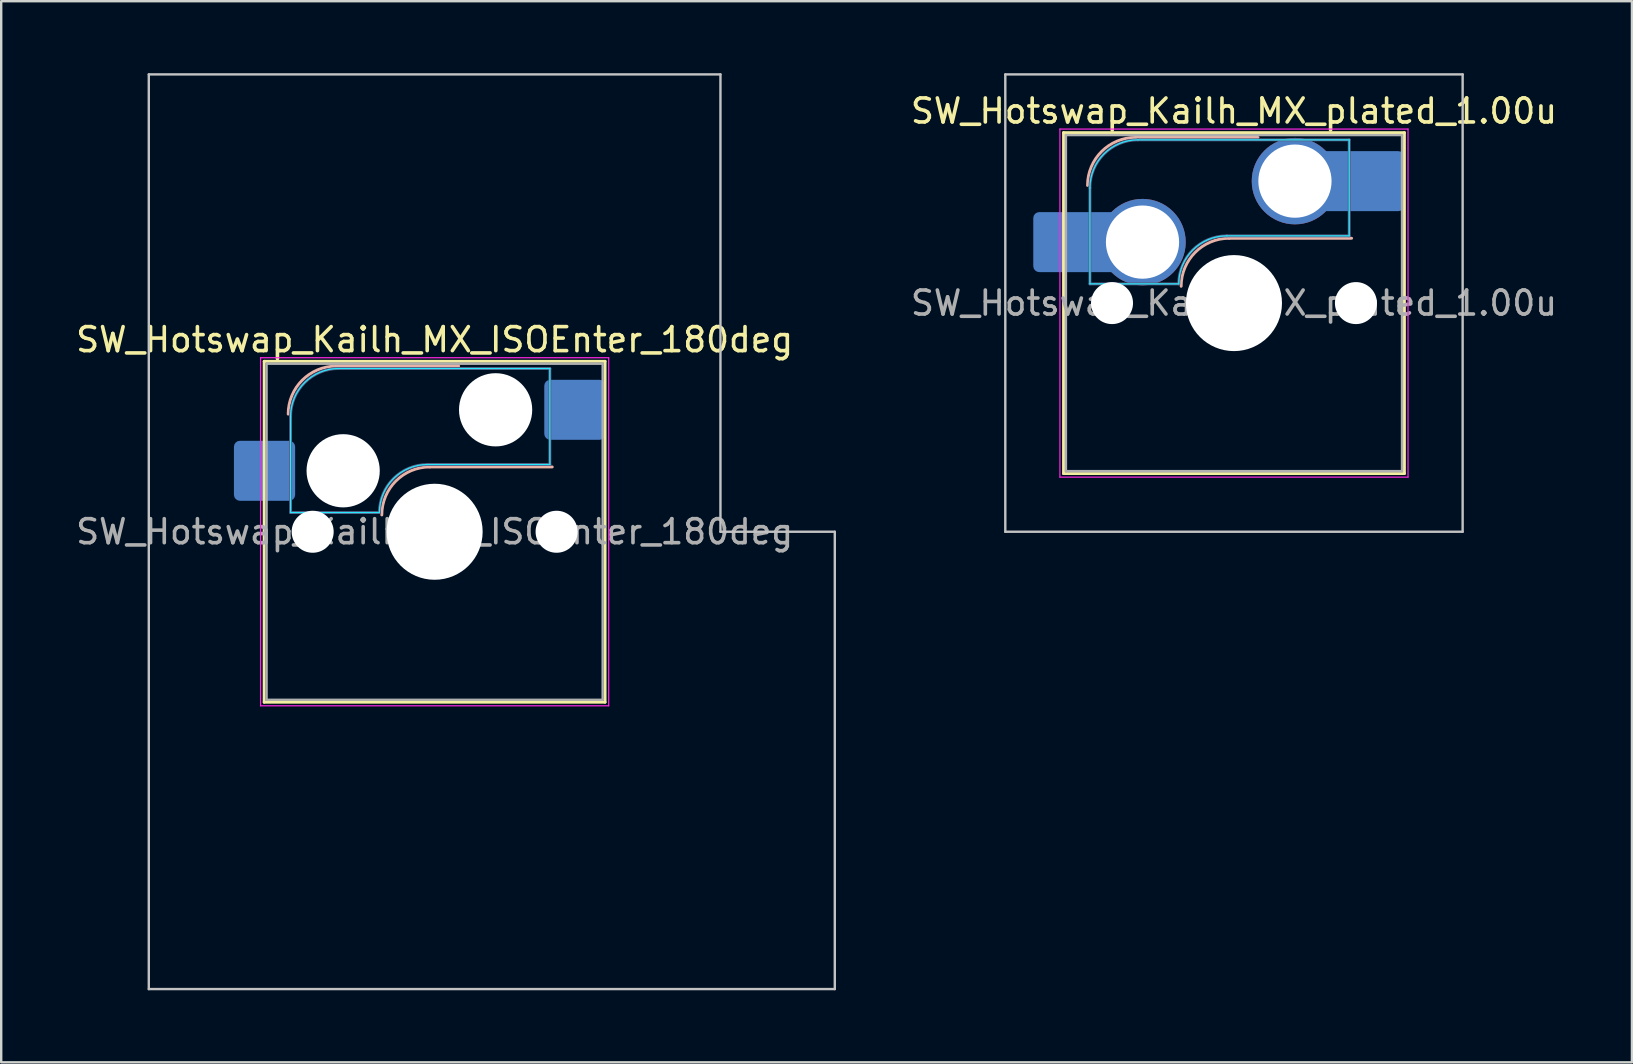
<source format=kicad_pcb>
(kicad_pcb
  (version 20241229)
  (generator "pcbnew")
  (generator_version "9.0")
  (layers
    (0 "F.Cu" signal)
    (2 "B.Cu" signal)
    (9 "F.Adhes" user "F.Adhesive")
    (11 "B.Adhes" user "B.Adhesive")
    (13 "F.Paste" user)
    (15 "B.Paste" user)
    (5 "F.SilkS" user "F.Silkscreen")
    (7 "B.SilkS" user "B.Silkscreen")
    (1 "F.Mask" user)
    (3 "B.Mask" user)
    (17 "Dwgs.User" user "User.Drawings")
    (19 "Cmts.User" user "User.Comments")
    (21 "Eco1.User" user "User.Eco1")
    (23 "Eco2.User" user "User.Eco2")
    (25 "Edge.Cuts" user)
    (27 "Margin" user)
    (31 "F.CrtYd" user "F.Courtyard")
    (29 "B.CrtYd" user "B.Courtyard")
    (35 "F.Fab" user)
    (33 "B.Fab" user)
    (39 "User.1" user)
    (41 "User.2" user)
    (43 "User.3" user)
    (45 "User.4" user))
  (footprint "SW_Hotswap_Kailh_MX_plated_1.00u"
    (layer "F.Cu")
    (at 48.35 9.575)
    (property "Reference" "SW_Hotswap_Kailh_MX_plated_1.00u" (at 0 -8 0) (layer "F.SilkS") (effects (font (size 1 1) (thickness 0.15))))
    (attr smd)
    (fp_line (start -7.1 -7.1) (end -7.1 7.1) (stroke (width 0.12) (type solid)) (layer "F.SilkS"))
    (fp_line (start -7.1 7.1) (end 7.1 7.1) (stroke (width 0.12) (type solid)) (layer "F.SilkS"))
    (fp_line (start 7.1 -7.1) (end -7.1 -7.1) (stroke (width 0.12) (type solid)) (layer "F.SilkS"))
    (fp_line (start 7.1 7.1) (end 7.1 -7.1) (stroke (width 0.12) (type solid)) (layer "F.SilkS"))
    (fp_line (start -4.1 -6.9) (end 1 -6.9) (stroke (width 0.12) (type solid)) (layer "B.SilkS"))
    (fp_line (start -0.2 -2.7) (end 4.9 -2.7) (stroke (width 0.12) (type solid)) (layer "B.SilkS"))
    (fp_arc (start -6.1 -4.9) (mid -5.514214 -6.314214) (end -4.1 -6.9) (stroke (width 0.12) (type solid)) (layer "B.SilkS"))
    (fp_arc (start -2.2 -0.7) (mid -1.614214 -2.114214) (end -0.2 -2.7) (stroke (width 0.12) (type solid)) (layer "B.SilkS"))
    (fp_line (start -9.525 -9.525) (end -9.525 9.525) (stroke (width 0.1) (type solid)) (layer "Dwgs.User"))
    (fp_line (start -9.525 9.525) (end 9.525 9.525) (stroke (width 0.1) (type solid)) (layer "Dwgs.User"))
    (fp_line (start 9.525 -9.525) (end -9.525 -9.525) (stroke (width 0.1) (type solid)) (layer "Dwgs.User"))
    (fp_line (start 9.525 9.525) (end 9.525 -9.525) (stroke (width 0.1) (type solid)) (layer "Dwgs.User"))
    (fp_line (start -7.8 -6) (end -7 -6) (stroke (width 0.1) (type solid)) (layer "Eco1.User"))
    (fp_line (start -7.8 -2.9) (end -7.8 -6) (stroke (width 0.1) (type solid)) (layer "Eco1.User"))
    (fp_line (start -7.8 2.9) (end -7 2.9) (stroke (width 0.1) (type solid)) (layer "Eco1.User"))
    (fp_line (start -7.8 6) (end -7.8 2.9) (stroke (width 0.1) (type solid)) (layer "Eco1.User"))
    (fp_line (start -7 -7) (end 7 -7) (stroke (width 0.1) (type solid)) (layer "Eco1.User"))
    (fp_line (start -7 -6) (end -7 -7) (stroke (width 0.1) (type solid)) (layer "Eco1.User"))
    (fp_line (start -7 -2.9) (end -7.8 -2.9) (stroke (width 0.1) (type solid)) (layer "Eco1.User"))
    (fp_line (start -7 2.9) (end -7 -2.9) (stroke (width 0.1) (type solid)) (layer "Eco1.User"))
    (fp_line (start -7 6) (end -7.8 6) (stroke (width 0.1) (type solid)) (layer "Eco1.User"))
    (fp_line (start -7 7) (end -7 6) (stroke (width 0.1) (type solid)) (layer "Eco1.User"))
    (fp_line (start 7 -7) (end 7 -6) (stroke (width 0.1) (type solid)) (layer "Eco1.User"))
    (fp_line (start 7 -6) (end 7.8 -6) (stroke (width 0.1) (type solid)) (layer "Eco1.User"))
    (fp_line (start 7 -2.9) (end 7 2.9) (stroke (width 0.1) (type solid)) (layer "Eco1.User"))
    (fp_line (start 7 2.9) (end 7.8 2.9) (stroke (width 0.1) (type solid)) (layer "Eco1.User"))
    (fp_line (start 7 6) (end 7 7) (stroke (width 0.1) (type solid)) (layer "Eco1.User"))
    (fp_line (start 7 7) (end -7 7) (stroke (width 0.1) (type solid)) (layer "Eco1.User"))
    (fp_line (start 7.8 -6) (end 7.8 -2.9) (stroke (width 0.1) (type solid)) (layer "Eco1.User"))
    (fp_line (start 7.8 -2.9) (end 7 -2.9) (stroke (width 0.1) (type solid)) (layer "Eco1.User"))
    (fp_line (start 7.8 2.9) (end 7.8 6) (stroke (width 0.1) (type solid)) (layer "Eco1.User"))
    (fp_line (start 7.8 6) (end 7 6) (stroke (width 0.1) (type solid)) (layer "Eco1.User"))
    (fp_line (start -6 -0.8) (end -6 -4.8) (stroke (width 0.05) (type solid)) (layer "B.CrtYd"))
    (fp_line (start -6 -0.8) (end -2.3 -0.8) (stroke (width 0.05) (type solid)) (layer "B.CrtYd"))
    (fp_line (start -4 -6.8) (end 4.8 -6.8) (stroke (width 0.05) (type solid)) (layer "B.CrtYd"))
    (fp_line (start -0.3 -2.8) (end 4.8 -2.8) (stroke (width 0.05) (type solid)) (layer "B.CrtYd"))
    (fp_line (start 4.8 -6.8) (end 4.8 -2.8) (stroke (width 0.05) (type solid)) (layer "B.CrtYd"))
    (fp_arc (start -6 -4.8) (mid -5.414214 -6.214214) (end -4 -6.8) (stroke (width 0.05) (type solid)) (layer "B.CrtYd"))
    (fp_arc (start -2.3 -0.8) (mid -1.714214 -2.214214) (end -0.3 -2.8) (stroke (width 0.05) (type solid)) (layer "B.CrtYd"))
    (fp_line (start -7.25 -7.25) (end -7.25 7.25) (stroke (width 0.05) (type solid)) (layer "F.CrtYd"))
    (fp_line (start -7.25 7.25) (end 7.25 7.25) (stroke (width 0.05) (type solid)) (layer "F.CrtYd"))
    (fp_line (start 7.25 -7.25) (end -7.25 -7.25) (stroke (width 0.05) (type solid)) (layer "F.CrtYd"))
    (fp_line (start 7.25 7.25) (end 7.25 -7.25) (stroke (width 0.05) (type solid)) (layer "F.CrtYd"))
    (fp_line (start -6 -0.8) (end -6 -4.8) (stroke (width 0.12) (type solid)) (layer "B.Fab"))
    (fp_line (start -6 -0.8) (end -2.3 -0.8) (stroke (width 0.12) (type solid)) (layer "B.Fab"))
    (fp_line (start -4 -6.8) (end 4.8 -6.8) (stroke (width 0.12) (type solid)) (layer "B.Fab"))
    (fp_line (start -0.3 -2.8) (end 4.8 -2.8) (stroke (width 0.12) (type solid)) (layer "B.Fab"))
    (fp_line (start 4.8 -6.8) (end 4.8 -2.8) (stroke (width 0.12) (type solid)) (layer "B.Fab"))
    (fp_arc (start -6 -4.8) (mid -5.414214 -6.214214) (end -4 -6.8) (stroke (width 0.12) (type solid)) (layer "B.Fab"))
    (fp_arc (start -2.3 -0.8) (mid -1.714214 -2.214214) (end -0.3 -2.8) (stroke (width 0.12) (type solid)) (layer "B.Fab"))
    (fp_line (start -7 -7) (end -7 7) (stroke (width 0.1) (type solid)) (layer "F.Fab"))
    (fp_line (start -7 7) (end 7 7) (stroke (width 0.1) (type solid)) (layer "F.Fab"))
    (fp_line (start 7 -7) (end -7 -7) (stroke (width 0.1) (type solid)) (layer "F.Fab"))
    (fp_line (start 7 7) (end 7 -7) (stroke (width 0.1) (type solid)) (layer "F.Fab"))
    (fp_text user "${REFERENCE}" (at 0 0 0) (layer "F.Fab") (effects (font (size 1 1) (thickness 0.15))))
    (pad "" smd roundrect (at -7.085 -2.54) (size 2.55 2.5) (layers "B.Mask" "B.Paste") (roundrect_rratio 0.1))
    (pad "" np_thru_hole circle (at -5.08 0) (size 1.75 1.75) (drill 1.75) (layers "*.Cu" "*.Mask"))
    (pad "" smd circle (at -3.81 -2.54) (size 3.1 3.1) (layers "F.Mask"))
    (pad "" np_thru_hole circle (at 0 0) (size 4 4) (drill 4) (layers "*.Cu" "*.Mask"))
    (pad "" smd circle (at 2.54 -5.08) (size 3.1 3.1) (layers "F.Mask"))
    (pad "" np_thru_hole circle (at 5.08 0) (size 1.75 1.75) (drill 1.75) (layers "*.Cu" "*.Mask"))
    (pad "" smd roundrect (at 5.842 -5.08) (size 2.55 2.5) (layers "B.Mask" "B.Paste") (roundrect_rratio 0.1))
    (pad "1" smd roundrect (at -6.585 -2.54) (size 3.55 2.5) (layers "B.Cu") (roundrect_rratio 0.1))
    (pad "1" thru_hole circle (at -3.81 -2.54) (size 3.6 3.6) (drill 3.05) (layers "*.Cu" "B.Mask"))
    (pad "2" thru_hole circle (at 2.54 -5.08) (size 3.6 3.6) (drill 3.05) (layers "*.Cu" "B.Mask"))
    (pad "2" smd roundrect (at 5.32 -5.08) (size 3.55 2.5) (layers "B.Cu") (roundrect_rratio 0.1)))
  (footprint "SW_Hotswap_Kailh_MX_ISOEnter_180deg"
    (layer "F.Cu")
    (at 15.054 19.1)
    (property "Reference" "SW_Hotswap_Kailh_MX_ISOEnter_180deg" (at 0 -8 0) (layer "F.SilkS") (effects (font (size 1 1) (thickness 0.15))))
    (attr smd)
    (fp_line (start -7.1 -7.1) (end -7.1 7.1) (stroke (width 0.12) (type solid)) (layer "F.SilkS"))
    (fp_line (start -7.1 7.1) (end 7.1 7.1) (stroke (width 0.12) (type solid)) (layer "F.SilkS"))
    (fp_line (start 7.1 -7.1) (end -7.1 -7.1) (stroke (width 0.12) (type solid)) (layer "F.SilkS"))
    (fp_line (start 7.1 7.1) (end 7.1 -7.1) (stroke (width 0.12) (type solid)) (layer "F.SilkS"))
    (fp_line (start -4.1 -6.9) (end 1 -6.9) (stroke (width 0.12) (type solid)) (layer "B.SilkS"))
    (fp_line (start -0.2 -2.7) (end 4.9 -2.7) (stroke (width 0.12) (type solid)) (layer "B.SilkS"))
    (fp_arc (start -6.1 -4.9) (mid -5.514214 -6.314214) (end -4.1 -6.9) (stroke (width 0.12) (type solid)) (layer "B.SilkS"))
    (fp_arc (start -2.2 -0.7) (mid -1.614214 -2.114214) (end -0.2 -2.7) (stroke (width 0.12) (type solid)) (layer "B.SilkS"))
    (fp_line (start -11.906 -19.05) (end -11.906 19.05) (stroke (width 0.1) (type solid)) (layer "Dwgs.User"))
    (fp_line (start -11.906 19.05) (end 16.669 19.05) (stroke (width 0.1) (type solid)) (layer "Dwgs.User"))
    (fp_line (start 11.906 -19.05) (end -11.906 -19.05) (stroke (width 0.1) (type solid)) (layer "Dwgs.User"))
    (fp_line (start 11.906 0) (end 11.906 -19.05) (stroke (width 0.1) (type solid)) (layer "Dwgs.User"))
    (fp_line (start 16.669 0) (end 11.906 0) (stroke (width 0.1) (type solid)) (layer "Dwgs.User"))
    (fp_line (start 16.669 19.05) (end 16.669 0) (stroke (width 0.1) (type solid)) (layer "Dwgs.User"))
    (fp_line (start -7.8 -6) (end -7 -6) (stroke (width 0.1) (type solid)) (layer "Eco1.User"))
    (fp_line (start -7.8 -2.9) (end -7.8 -6) (stroke (width 0.1) (type solid)) (layer "Eco1.User"))
    (fp_line (start -7.8 2.9) (end -7 2.9) (stroke (width 0.1) (type solid)) (layer "Eco1.User"))
    (fp_line (start -7.8 6) (end -7.8 2.9) (stroke (width 0.1) (type solid)) (layer "Eco1.User"))
    (fp_line (start -7 -7) (end 7 -7) (stroke (width 0.1) (type solid)) (layer "Eco1.User"))
    (fp_line (start -7 -6) (end -7 -7) (stroke (width 0.1) (type solid)) (layer "Eco1.User"))
    (fp_line (start -7 -2.9) (end -7.8 -2.9) (stroke (width 0.1) (type solid)) (layer "Eco1.User"))
    (fp_line (start -7 2.9) (end -7 -2.9) (stroke (width 0.1) (type solid)) (layer "Eco1.User"))
    (fp_line (start -7 6) (end -7.8 6) (stroke (width 0.1) (type solid)) (layer "Eco1.User"))
    (fp_line (start -7 7) (end -7 6) (stroke (width 0.1) (type solid)) (layer "Eco1.User"))
    (fp_line (start 7 -7) (end 7 -6) (stroke (width 0.1) (type solid)) (layer "Eco1.User"))
    (fp_line (start 7 -6) (end 7.8 -6) (stroke (width 0.1) (type solid)) (layer "Eco1.User"))
    (fp_line (start 7 -2.9) (end 7 2.9) (stroke (width 0.1) (type solid)) (layer "Eco1.User"))
    (fp_line (start 7 2.9) (end 7.8 2.9) (stroke (width 0.1) (type solid)) (layer "Eco1.User"))
    (fp_line (start 7 6) (end 7 7) (stroke (width 0.1) (type solid)) (layer "Eco1.User"))
    (fp_line (start 7 7) (end -7 7) (stroke (width 0.1) (type solid)) (layer "Eco1.User"))
    (fp_line (start 7.8 -6) (end 7.8 -2.9) (stroke (width 0.1) (type solid)) (layer "Eco1.User"))
    (fp_line (start 7.8 -2.9) (end 7 -2.9) (stroke (width 0.1) (type solid)) (layer "Eco1.User"))
    (fp_line (start 7.8 2.9) (end 7.8 6) (stroke (width 0.1) (type solid)) (layer "Eco1.User"))
    (fp_line (start 7.8 6) (end 7 6) (stroke (width 0.1) (type solid)) (layer "Eco1.User"))
    (fp_line (start -6 -0.8) (end -6 -4.8) (stroke (width 0.05) (type solid)) (layer "B.CrtYd"))
    (fp_line (start -6 -0.8) (end -2.3 -0.8) (stroke (width 0.05) (type solid)) (layer "B.CrtYd"))
    (fp_line (start -4 -6.8) (end 4.8 -6.8) (stroke (width 0.05) (type solid)) (layer "B.CrtYd"))
    (fp_line (start -0.3 -2.8) (end 4.8 -2.8) (stroke (width 0.05) (type solid)) (layer "B.CrtYd"))
    (fp_line (start 4.8 -6.8) (end 4.8 -2.8) (stroke (width 0.05) (type solid)) (layer "B.CrtYd"))
    (fp_arc (start -6 -4.8) (mid -5.414214 -6.214214) (end -4 -6.8) (stroke (width 0.05) (type solid)) (layer "B.CrtYd"))
    (fp_arc (start -2.3 -0.8) (mid -1.714214 -2.214214) (end -0.3 -2.8) (stroke (width 0.05) (type solid)) (layer "B.CrtYd"))
    (fp_line (start -7.25 -7.25) (end -7.25 7.25) (stroke (width 0.05) (type solid)) (layer "F.CrtYd"))
    (fp_line (start -7.25 7.25) (end 7.25 7.25) (stroke (width 0.05) (type solid)) (layer "F.CrtYd"))
    (fp_line (start 7.25 -7.25) (end -7.25 -7.25) (stroke (width 0.05) (type solid)) (layer "F.CrtYd"))
    (fp_line (start 7.25 7.25) (end 7.25 -7.25) (stroke (width 0.05) (type solid)) (layer "F.CrtYd"))
    (fp_line (start -6 -0.8) (end -6 -4.8) (stroke (width 0.12) (type solid)) (layer "B.Fab"))
    (fp_line (start -6 -0.8) (end -2.3 -0.8) (stroke (width 0.12) (type solid)) (layer "B.Fab"))
    (fp_line (start -4 -6.8) (end 4.8 -6.8) (stroke (width 0.12) (type solid)) (layer "B.Fab"))
    (fp_line (start -0.3 -2.8) (end 4.8 -2.8) (stroke (width 0.12) (type solid)) (layer "B.Fab"))
    (fp_line (start 4.8 -6.8) (end 4.8 -2.8) (stroke (width 0.12) (type solid)) (layer "B.Fab"))
    (fp_arc (start -6 -4.8) (mid -5.414214 -6.214214) (end -4 -6.8) (stroke (width 0.12) (type solid)) (layer "B.Fab"))
    (fp_arc (start -2.3 -0.8) (mid -1.714214 -2.214214) (end -0.3 -2.8) (stroke (width 0.12) (type solid)) (layer "B.Fab"))
    (fp_line (start -7 -7) (end -7 7) (stroke (width 0.1) (type solid)) (layer "F.Fab"))
    (fp_line (start -7 7) (end 7 7) (stroke (width 0.1) (type solid)) (layer "F.Fab"))
    (fp_line (start 7 -7) (end -7 -7) (stroke (width 0.1) (type solid)) (layer "F.Fab"))
    (fp_line (start 7 7) (end 7 -7) (stroke (width 0.1) (type solid)) (layer "F.Fab"))
    (fp_text user "${REFERENCE}" (at 0 0 0) (layer "F.Fab") (effects (font (size 1 1) (thickness 0.15))))
    (pad "" np_thru_hole circle (at -5.08 0) (size 1.75 1.75) (drill 1.75) (layers "*.Cu" "*.Mask"))
    (pad "" np_thru_hole circle (at -3.81 -2.54) (size 3.05 3.05) (drill 3.05) (layers "*.Cu" "*.Mask"))
    (pad "" np_thru_hole circle (at 0 0) (size 4 4) (drill 4) (layers "*.Cu" "*.Mask"))
    (pad "" np_thru_hole circle (at 2.54 -5.08) (size 3.05 3.05) (drill 3.05) (layers "*.Cu" "*.Mask"))
    (pad "" np_thru_hole circle (at 5.08 0) (size 1.75 1.75) (drill 1.75) (layers "*.Cu" "*.Mask"))
    (pad "1" smd roundrect (at -7.085 -2.54) (size 2.55 2.5) (layers "B.Cu" "B.Mask" "B.Paste") (roundrect_rratio 0.1))
    (pad "2" smd roundrect (at 5.842 -5.08) (size 2.55 2.5) (layers "B.Cu" "B.Mask" "B.Paste") (roundrect_rratio 0.1)))
  (gr_rect
    (start -3 -3)
    (end 64.927 41.2)
    (stroke (width 0.1) (type default))
    (fill no)
    (layer "Edge.Cuts")))
</source>
